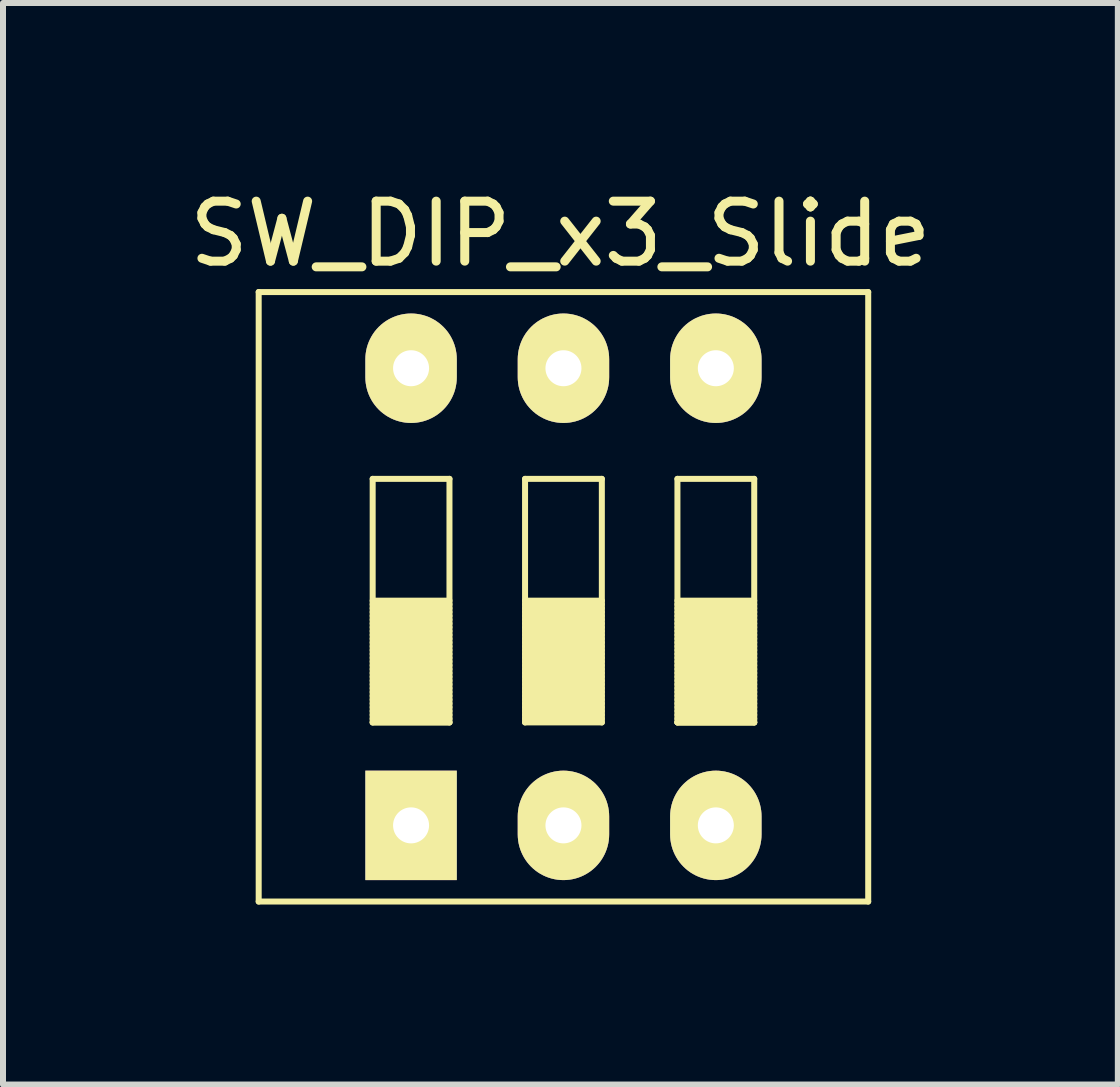
<source format=kicad_pcb>
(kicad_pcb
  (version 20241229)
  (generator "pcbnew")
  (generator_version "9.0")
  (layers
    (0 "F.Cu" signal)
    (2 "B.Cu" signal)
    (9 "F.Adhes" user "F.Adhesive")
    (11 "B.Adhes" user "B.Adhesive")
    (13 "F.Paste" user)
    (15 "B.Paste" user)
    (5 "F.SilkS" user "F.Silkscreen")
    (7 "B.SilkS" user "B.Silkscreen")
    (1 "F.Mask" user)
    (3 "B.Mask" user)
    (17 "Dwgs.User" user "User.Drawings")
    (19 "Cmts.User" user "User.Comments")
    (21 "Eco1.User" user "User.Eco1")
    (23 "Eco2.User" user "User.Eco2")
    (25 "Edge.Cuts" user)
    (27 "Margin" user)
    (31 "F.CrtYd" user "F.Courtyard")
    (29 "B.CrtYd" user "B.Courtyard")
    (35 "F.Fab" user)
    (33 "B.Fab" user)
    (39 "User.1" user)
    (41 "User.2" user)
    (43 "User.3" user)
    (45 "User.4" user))
  (footprint "SW_DIP_x3_Slide"
    (layer "F.Cu")
    (at 6.342 6.898)
    (property "Reference" "SW_DIP_x3_Slide" (at -0.05 -6.05 0) (layer "F.SilkS") (effects (font (size 1 1) (thickness 0.15))))
    (attr through_hole)
    (fp_line (start -5.08 -5.08) (end 5.08 -5.08) (stroke (width 0.1) (type solid)) (layer "F.SilkS"))
    (fp_line (start -5.08 5.08) (end -5.08 -5.08) (stroke (width 0.1) (type solid)) (layer "F.SilkS"))
    (fp_line (start -3.18 -1.966) (end -3.18 2.094) (stroke (width 0.1) (type solid)) (layer "F.SilkS"))
    (fp_line (start -3.18 0.064) (end -1.9 0.064) (stroke (width 0.1) (type solid)) (layer "F.SilkS"))
    (fp_line (start -3.18 0.127) (end -1.9 0.127) (stroke (width 0.1) (type solid)) (layer "F.SilkS"))
    (fp_line (start -3.18 0.191) (end -1.9 0.191) (stroke (width 0.1) (type solid)) (layer "F.SilkS"))
    (fp_line (start -3.18 0.254) (end -1.9 0.254) (stroke (width 0.1) (type solid)) (layer "F.SilkS"))
    (fp_line (start -3.18 0.318) (end -1.9 0.318) (stroke (width 0.1) (type solid)) (layer "F.SilkS"))
    (fp_line (start -3.18 0.381) (end -1.9 0.381) (stroke (width 0.1) (type solid)) (layer "F.SilkS"))
    (fp_line (start -3.18 0.445) (end -1.9 0.445) (stroke (width 0.1) (type solid)) (layer "F.SilkS"))
    (fp_line (start -3.18 0.508) (end -1.9 0.508) (stroke (width 0.1) (type solid)) (layer "F.SilkS"))
    (fp_line (start -3.18 0.572) (end -1.9 0.572) (stroke (width 0.1) (type solid)) (layer "F.SilkS"))
    (fp_line (start -3.18 0.635) (end -1.9 0.635) (stroke (width 0.1) (type solid)) (layer "F.SilkS"))
    (fp_line (start -3.18 0.699) (end -1.9 0.699) (stroke (width 0.1) (type solid)) (layer "F.SilkS"))
    (fp_line (start -3.18 0.762) (end -1.9 0.762) (stroke (width 0.1) (type solid)) (layer "F.SilkS"))
    (fp_line (start -3.18 0.826) (end -1.9 0.826) (stroke (width 0.1) (type solid)) (layer "F.SilkS"))
    (fp_line (start -3.18 0.889) (end -1.9 0.889) (stroke (width 0.1) (type solid)) (layer "F.SilkS"))
    (fp_line (start -3.18 0.953) (end -1.9 0.953) (stroke (width 0.1) (type solid)) (layer "F.SilkS"))
    (fp_line (start -3.18 1.016) (end -1.9 1.016) (stroke (width 0.1) (type solid)) (layer "F.SilkS"))
    (fp_line (start -3.18 1.079) (end -1.9 1.079) (stroke (width 0.1) (type solid)) (layer "F.SilkS"))
    (fp_line (start -3.18 1.143) (end -1.9 1.143) (stroke (width 0.1) (type solid)) (layer "F.SilkS"))
    (fp_line (start -3.18 1.206) (end -1.9 1.206) (stroke (width 0.1) (type solid)) (layer "F.SilkS"))
    (fp_line (start -3.18 1.27) (end -1.9 1.27) (stroke (width 0.1) (type solid)) (layer "F.SilkS"))
    (fp_line (start -3.18 1.333) (end -1.9 1.333) (stroke (width 0.1) (type solid)) (layer "F.SilkS"))
    (fp_line (start -3.18 1.397) (end -1.9 1.397) (stroke (width 0.1) (type solid)) (layer "F.SilkS"))
    (fp_line (start -3.18 1.46) (end -1.9 1.46) (stroke (width 0.1) (type solid)) (layer "F.SilkS"))
    (fp_line (start -3.18 1.524) (end -1.9 1.524) (stroke (width 0.1) (type solid)) (layer "F.SilkS"))
    (fp_line (start -3.18 1.587) (end -1.9 1.587) (stroke (width 0.1) (type solid)) (layer "F.SilkS"))
    (fp_line (start -3.18 1.651) (end -1.9 1.651) (stroke (width 0.1) (type solid)) (layer "F.SilkS"))
    (fp_line (start -3.18 1.714) (end -1.9 1.714) (stroke (width 0.1) (type solid)) (layer "F.SilkS"))
    (fp_line (start -3.18 1.778) (end -1.9 1.778) (stroke (width 0.1) (type solid)) (layer "F.SilkS"))
    (fp_line (start -3.18 1.841) (end -1.9 1.841) (stroke (width 0.1) (type solid)) (layer "F.SilkS"))
    (fp_line (start -3.18 1.905) (end -1.9 1.905) (stroke (width 0.1) (type solid)) (layer "F.SilkS"))
    (fp_line (start -3.18 1.968) (end -1.9 1.968) (stroke (width 0.1) (type solid)) (layer "F.SilkS"))
    (fp_line (start -3.18 2.032) (end -1.9 2.032) (stroke (width 0.1) (type solid)) (layer "F.SilkS"))
    (fp_line (start -3.18 2.094) (end -1.9 2.094) (stroke (width 0.1) (type solid)) (layer "F.SilkS"))
    (fp_line (start -3.18 2.094) (end -1.9 2.094) (stroke (width 0.1) (type solid)) (layer "F.SilkS"))
    (fp_line (start -1.9 -1.966) (end -3.18 -1.966) (stroke (width 0.1) (type solid)) (layer "F.SilkS"))
    (fp_line (start -1.9 2.094) (end -1.9 -1.966) (stroke (width 0.1) (type solid)) (layer "F.SilkS"))
    (fp_line (start -0.64 -1.966) (end -0.64 2.094) (stroke (width 0.1) (type solid)) (layer "F.SilkS"))
    (fp_line (start -0.64 0.064) (end 0.64 0.064) (stroke (width 0.1) (type solid)) (layer "F.SilkS"))
    (fp_line (start -0.64 0.127) (end 0.64 0.127) (stroke (width 0.1) (type solid)) (layer "F.SilkS"))
    (fp_line (start -0.64 0.191) (end 0.64 0.191) (stroke (width 0.1) (type solid)) (layer "F.SilkS"))
    (fp_line (start -0.64 0.254) (end 0.64 0.254) (stroke (width 0.1) (type solid)) (layer "F.SilkS"))
    (fp_line (start -0.64 0.318) (end 0.64 0.318) (stroke (width 0.1) (type solid)) (layer "F.SilkS"))
    (fp_line (start -0.64 0.381) (end 0.64 0.381) (stroke (width 0.1) (type solid)) (layer "F.SilkS"))
    (fp_line (start -0.64 0.445) (end 0.64 0.445) (stroke (width 0.1) (type solid)) (layer "F.SilkS"))
    (fp_line (start -0.64 0.508) (end 0.64 0.508) (stroke (width 0.1) (type solid)) (layer "F.SilkS"))
    (fp_line (start -0.64 0.572) (end 0.64 0.572) (stroke (width 0.1) (type solid)) (layer "F.SilkS"))
    (fp_line (start -0.64 0.635) (end 0.64 0.635) (stroke (width 0.1) (type solid)) (layer "F.SilkS"))
    (fp_line (start -0.64 0.699) (end 0.64 0.699) (stroke (width 0.1) (type solid)) (layer "F.SilkS"))
    (fp_line (start -0.64 0.762) (end 0.64 0.762) (stroke (width 0.1) (type solid)) (layer "F.SilkS"))
    (fp_line (start -0.64 0.826) (end 0.64 0.826) (stroke (width 0.1) (type solid)) (layer "F.SilkS"))
    (fp_line (start -0.64 0.889) (end 0.64 0.889) (stroke (width 0.1) (type solid)) (layer "F.SilkS"))
    (fp_line (start -0.64 0.953) (end 0.64 0.953) (stroke (width 0.1) (type solid)) (layer "F.SilkS"))
    (fp_line (start -0.64 1.016) (end 0.64 1.016) (stroke (width 0.1) (type solid)) (layer "F.SilkS"))
    (fp_line (start -0.64 1.079) (end 0.64 1.079) (stroke (width 0.1) (type solid)) (layer "F.SilkS"))
    (fp_line (start -0.64 1.143) (end 0.64 1.143) (stroke (width 0.1) (type solid)) (layer "F.SilkS"))
    (fp_line (start -0.64 1.206) (end 0.64 1.206) (stroke (width 0.1) (type solid)) (layer "F.SilkS"))
    (fp_line (start -0.64 1.27) (end 0.64 1.27) (stroke (width 0.1) (type solid)) (layer "F.SilkS"))
    (fp_line (start -0.64 1.333) (end 0.64 1.333) (stroke (width 0.1) (type solid)) (layer "F.SilkS"))
    (fp_line (start -0.64 1.397) (end 0.64 1.397) (stroke (width 0.1) (type solid)) (layer "F.SilkS"))
    (fp_line (start -0.64 1.46) (end 0.64 1.46) (stroke (width 0.1) (type solid)) (layer "F.SilkS"))
    (fp_line (start -0.64 1.524) (end 0.64 1.524) (stroke (width 0.1) (type solid)) (layer "F.SilkS"))
    (fp_line (start -0.64 1.587) (end 0.64 1.587) (stroke (width 0.1) (type solid)) (layer "F.SilkS"))
    (fp_line (start -0.64 1.651) (end 0.64 1.651) (stroke (width 0.1) (type solid)) (layer "F.SilkS"))
    (fp_line (start -0.64 1.714) (end 0.64 1.714) (stroke (width 0.1) (type solid)) (layer "F.SilkS"))
    (fp_line (start -0.64 1.778) (end 0.64 1.778) (stroke (width 0.1) (type solid)) (layer "F.SilkS"))
    (fp_line (start -0.64 1.841) (end 0.64 1.841) (stroke (width 0.1) (type solid)) (layer "F.SilkS"))
    (fp_line (start -0.64 1.905) (end 0.64 1.905) (stroke (width 0.1) (type solid)) (layer "F.SilkS"))
    (fp_line (start -0.64 1.968) (end 0.64 1.968) (stroke (width 0.1) (type solid)) (layer "F.SilkS"))
    (fp_line (start -0.64 2.032) (end 0.64 2.032) (stroke (width 0.1) (type solid)) (layer "F.SilkS"))
    (fp_line (start -0.64 2.094) (end 0.64 2.094) (stroke (width 0.1) (type solid)) (layer "F.SilkS"))
    (fp_line (start 0.64 -1.966) (end -0.64 -1.966) (stroke (width 0.1) (type solid)) (layer "F.SilkS"))
    (fp_line (start 0.64 2.094) (end 0.64 -1.966) (stroke (width 0.1) (type solid)) (layer "F.SilkS"))
    (fp_line (start 1.9 -1.966) (end 1.9 2.094) (stroke (width 0.1) (type solid)) (layer "F.SilkS"))
    (fp_line (start 1.9 0.064) (end 3.18 0.064) (stroke (width 0.1) (type solid)) (layer "F.SilkS"))
    (fp_line (start 1.9 0.127) (end 3.18 0.127) (stroke (width 0.1) (type solid)) (layer "F.SilkS"))
    (fp_line (start 1.9 0.191) (end 3.18 0.191) (stroke (width 0.1) (type solid)) (layer "F.SilkS"))
    (fp_line (start 1.9 0.254) (end 3.18 0.254) (stroke (width 0.1) (type solid)) (layer "F.SilkS"))
    (fp_line (start 1.9 0.318) (end 3.18 0.318) (stroke (width 0.1) (type solid)) (layer "F.SilkS"))
    (fp_line (start 1.9 0.381) (end 3.18 0.381) (stroke (width 0.1) (type solid)) (layer "F.SilkS"))
    (fp_line (start 1.9 0.445) (end 3.18 0.445) (stroke (width 0.1) (type solid)) (layer "F.SilkS"))
    (fp_line (start 1.9 0.508) (end 3.18 0.508) (stroke (width 0.1) (type solid)) (layer "F.SilkS"))
    (fp_line (start 1.9 0.572) (end 3.18 0.572) (stroke (width 0.1) (type solid)) (layer "F.SilkS"))
    (fp_line (start 1.9 0.635) (end 3.18 0.635) (stroke (width 0.1) (type solid)) (layer "F.SilkS"))
    (fp_line (start 1.9 0.699) (end 3.18 0.699) (stroke (width 0.1) (type solid)) (layer "F.SilkS"))
    (fp_line (start 1.9 0.762) (end 3.18 0.762) (stroke (width 0.1) (type solid)) (layer "F.SilkS"))
    (fp_line (start 1.9 0.826) (end 3.18 0.826) (stroke (width 0.1) (type solid)) (layer "F.SilkS"))
    (fp_line (start 1.9 0.889) (end 3.18 0.889) (stroke (width 0.1) (type solid)) (layer "F.SilkS"))
    (fp_line (start 1.9 0.953) (end 3.18 0.953) (stroke (width 0.1) (type solid)) (layer "F.SilkS"))
    (fp_line (start 1.9 1.016) (end 3.18 1.016) (stroke (width 0.1) (type solid)) (layer "F.SilkS"))
    (fp_line (start 1.9 1.079) (end 3.18 1.079) (stroke (width 0.1) (type solid)) (layer "F.SilkS"))
    (fp_line (start 1.9 1.143) (end 3.18 1.143) (stroke (width 0.1) (type solid)) (layer "F.SilkS"))
    (fp_line (start 1.9 1.206) (end 3.18 1.206) (stroke (width 0.1) (type solid)) (layer "F.SilkS"))
    (fp_line (start 1.9 1.27) (end 3.18 1.27) (stroke (width 0.1) (type solid)) (layer "F.SilkS"))
    (fp_line (start 1.9 1.333) (end 3.18 1.333) (stroke (width 0.1) (type solid)) (layer "F.SilkS"))
    (fp_line (start 1.9 1.397) (end 3.18 1.397) (stroke (width 0.1) (type solid)) (layer "F.SilkS"))
    (fp_line (start 1.9 1.46) (end 3.18 1.46) (stroke (width 0.1) (type solid)) (layer "F.SilkS"))
    (fp_line (start 1.9 1.524) (end 3.18 1.524) (stroke (width 0.1) (type solid)) (layer "F.SilkS"))
    (fp_line (start 1.9 1.587) (end 3.18 1.587) (stroke (width 0.1) (type solid)) (layer "F.SilkS"))
    (fp_line (start 1.9 1.651) (end 3.18 1.651) (stroke (width 0.1) (type solid)) (layer "F.SilkS"))
    (fp_line (start 1.9 1.714) (end 3.18 1.714) (stroke (width 0.1) (type solid)) (layer "F.SilkS"))
    (fp_line (start 1.9 1.778) (end 3.18 1.778) (stroke (width 0.1) (type solid)) (layer "F.SilkS"))
    (fp_line (start 1.9 1.841) (end 3.18 1.841) (stroke (width 0.1) (type solid)) (layer "F.SilkS"))
    (fp_line (start 1.9 1.905) (end 3.18 1.905) (stroke (width 0.1) (type solid)) (layer "F.SilkS"))
    (fp_line (start 1.9 1.968) (end 3.18 1.968) (stroke (width 0.1) (type solid)) (layer "F.SilkS"))
    (fp_line (start 1.9 2.032) (end 3.18 2.032) (stroke (width 0.1) (type solid)) (layer "F.SilkS"))
    (fp_line (start 1.9 2.094) (end 3.18 2.094) (stroke (width 0.1) (type solid)) (layer "F.SilkS"))
    (fp_line (start 1.9 2.094) (end 3.18 2.094) (stroke (width 0.1) (type solid)) (layer "F.SilkS"))
    (fp_line (start 1.9 2.094) (end 3.18 2.094) (stroke (width 0.1) (type solid)) (layer "F.SilkS"))
    (fp_line (start 3.18 -1.966) (end 1.9 -1.966) (stroke (width 0.1) (type solid)) (layer "F.SilkS"))
    (fp_line (start 3.18 2.094) (end 3.18 -1.966) (stroke (width 0.1) (type solid)) (layer "F.SilkS"))
    (fp_line (start 5.08 -5.08) (end 5.08 5.08) (stroke (width 0.1) (type solid)) (layer "F.SilkS"))
    (fp_line (start 5.08 5.08) (end -5.08 5.08) (stroke (width 0.1) (type solid)) (layer "F.SilkS"))
    (pad "1" thru_hole rect (at -2.54 3.81) (size 1.524 1.824) (drill 0.6) (layers "*.Cu" "*.Mask" "F.SilkS"))
    (pad "2" thru_hole oval (at 0 3.81) (size 1.524 1.824) (drill 0.6) (layers "*.Cu" "*.Mask" "F.SilkS"))
    (pad "3" thru_hole oval (at 2.54 3.81) (size 1.524 1.824) (drill 0.6) (layers "*.Cu" "*.Mask" "F.SilkS"))
    (pad "4" thru_hole oval (at 2.54 -3.81) (size 1.524 1.824) (drill 0.6) (layers "*.Cu" "*.Mask" "F.SilkS"))
    (pad "5" thru_hole oval (at 0 -3.81) (size 1.524 1.824) (drill 0.6) (layers "*.Cu" "*.Mask" "F.SilkS"))
    (pad "6" thru_hole oval (at -2.54 -3.81) (size 1.524 1.824) (drill 0.6) (layers "*.Cu" "*.Mask" "F.SilkS")))
  (gr_rect
    (start -3 -3)
    (end 15.583 15.028)
    (stroke (width 0.1) (type default))
    (fill no)
    (layer "Edge.Cuts")))
</source>
